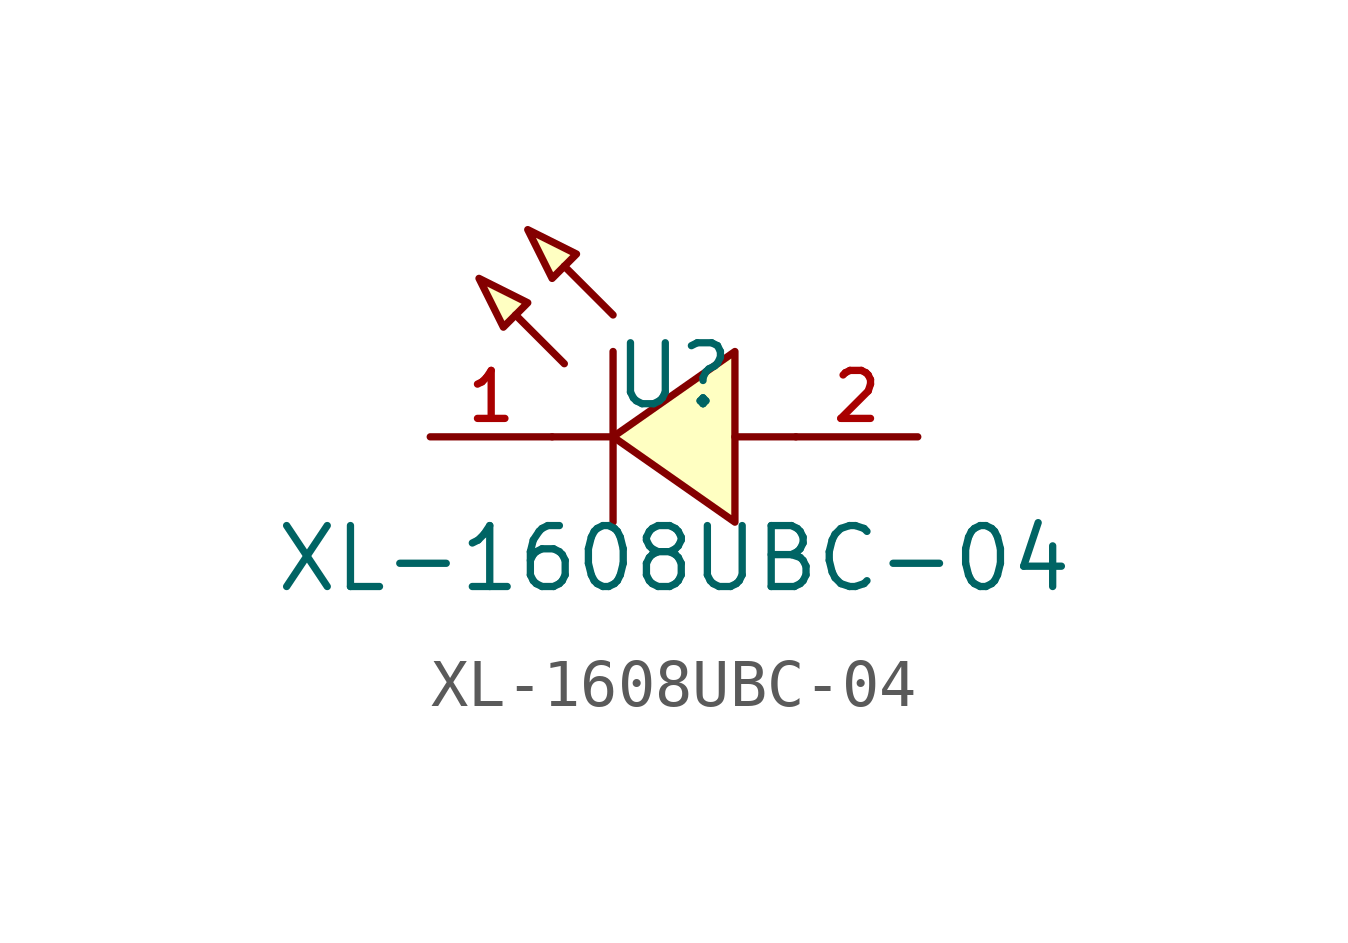
<source format=kicad_sym>
(kicad_symbol_lib
  (version 20210201)
  (generator TousstNicolas/JLC2KiCad_lib)
  (symbol "XL-1608UBC-04"
    (pin_names hide)
    (property "Reference" "U"
      (at 0 1.27 0)
      (effects (font (size 1.27 1.27))))
    (property "Value" "XL-1608UBC-04"
      (at 0 -2.54 0)
      (effects (font (size 1.27 1.27))))
    (symbol "XL-1608UBC-04_0_1"
      (polyline (pts (xy -4.064 3.302) (xy -3.048 2.794) (xy -3.556 2.286) (xy -4.064 3.302)) (stroke (width 0) (type default) (color 0 0 0 0)) (fill (type background)))
      (polyline (pts (xy -3.048 4.318) (xy -2.032 3.81) (xy -2.54 3.302) (xy -3.048 4.318)) (stroke (width 0) (type default) (color 0 0 0 0)) (fill (type background)))
      (polyline (pts (xy -2.286 1.524) (xy -3.302 2.54)) (stroke (width 0) (type default) (color 0 0 0 0)) (fill (type none)))
      (polyline (pts (xy -1.27 2.54) (xy -2.286 3.556)) (stroke (width 0) (type default) (color 0 0 0 0)) (fill (type none)))
      (polyline (pts (xy -1.27 -0.0) (xy -2.54 -0.0)) (stroke (width 0) (type default) (color 0 0 0 0)) (fill (type none)))
      (polyline (pts (xy 2.54 -0.0) (xy 1.27 -0.0)) (stroke (width 0) (type default) (color 0 0 0 0)) (fill (type none)))
      (polyline (pts (xy -1.27 1.778) (xy -1.27 -1.778)) (stroke (width 0) (type default) (color 0 0 0 0)) (fill (type none)))
      (polyline (pts (xy 1.27 1.778) (xy -1.27 -0.0) (xy 1.27 -1.778) (xy 1.27 1.778)) (stroke (width 0) (type default) (color 0 0 0 0)) (fill (type background)))
      (pin unspecified line (at -5.08 -0.0 0) (length 2.54) (name "K" (effects (font (size 1 1)))) (number "1" (effects (font (size 1 1)))))
      (pin unspecified line (at 5.08 -0.0 180) (length 2.54) (name "A" (effects (font (size 1 1)))) (number "2" (effects (font (size 1 1))))))))
</source>
